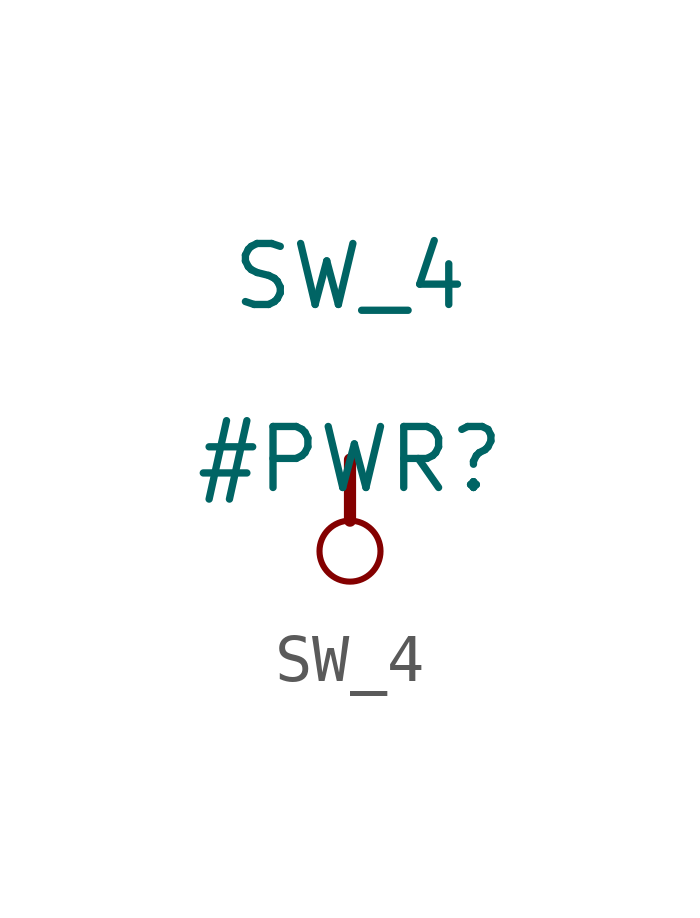
<source format=kicad_sym>
(kicad_symbol_lib
  (version 20211014)
  (generator kicad_symbol_editor)
  (symbol "SW_4"
    (power)
    (property "Reference" "#PWR"
      (at 0 0 0)
      (effects (font (size 1.27 1.27))))
    (property "Value" "SW_4"
      (at 0 3.81 0)
      (effects (font (size 1.27 1.27))))
    (symbol "SW_4_0_0"
      (circle (center 0 -1.905) (radius 0.635) (stroke (width 0.127) (type default) (color 0 0 0 0)) (fill (type none)))
      (polyline (pts (xy 0 0) (xy 0 -1.27)) (stroke (width 0.254) (type default) (color 0 0 0 0)) (fill (type none)))
      (pin power_in line (at 0 0 0) (length 0) hide (name "SW_4" (effects (font (size 1.27 1.27)))) (number "" (effects (font (size 1.27 1.27))))))))
</source>
